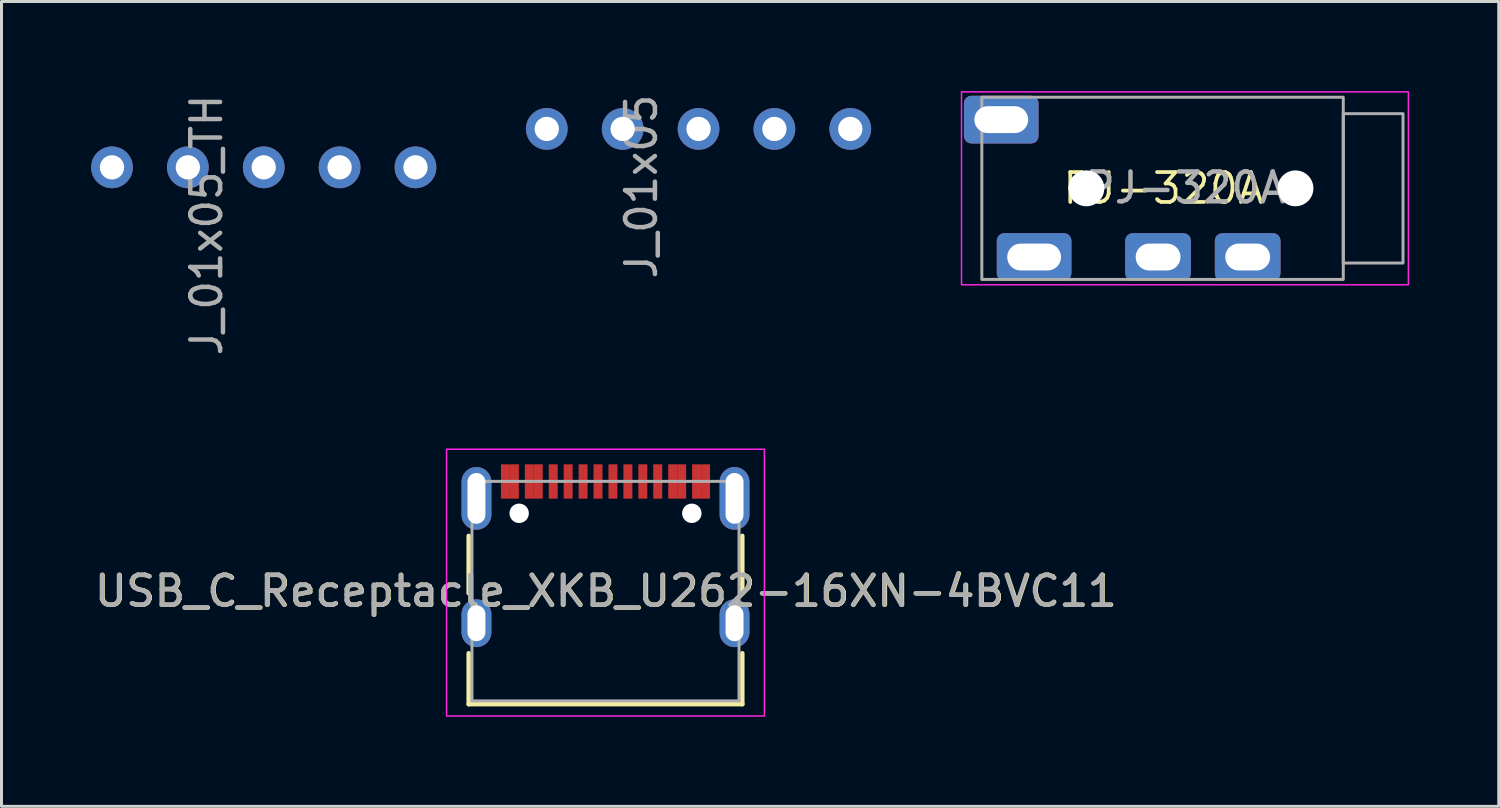
<source format=kicad_pcb>
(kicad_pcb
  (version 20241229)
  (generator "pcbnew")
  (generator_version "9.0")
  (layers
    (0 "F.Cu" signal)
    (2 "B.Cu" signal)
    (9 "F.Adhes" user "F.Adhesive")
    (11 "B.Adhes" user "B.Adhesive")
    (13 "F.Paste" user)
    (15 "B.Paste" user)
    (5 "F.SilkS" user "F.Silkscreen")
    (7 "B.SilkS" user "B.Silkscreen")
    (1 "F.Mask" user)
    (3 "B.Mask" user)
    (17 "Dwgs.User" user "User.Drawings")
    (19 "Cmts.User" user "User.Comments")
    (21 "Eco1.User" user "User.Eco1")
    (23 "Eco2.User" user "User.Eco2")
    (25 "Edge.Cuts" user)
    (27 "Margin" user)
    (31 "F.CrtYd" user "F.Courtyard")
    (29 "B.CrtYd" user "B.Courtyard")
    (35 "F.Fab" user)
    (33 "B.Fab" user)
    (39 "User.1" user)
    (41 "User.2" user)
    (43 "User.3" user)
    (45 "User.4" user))
  (footprint "PJ-320A"
    (layer "F.Cu")
    (at 35.869 3.255)
    (property "Reference" "PJ-320A" (at 0.03 0 180) (layer "F.SilkS") (effects (font (size 1 1) (thickness 0.125))))
    (attr through_hole)
    (fp_rect (start -6.73 -3.23) (end 8.23 3.23) (stroke (width 0.05) (type default)) (fill no) (layer "F.CrtYd"))
    (fp_rect (start 6.05 -3.05) (end -6.05 3.05) (stroke (width 0.1) (type solid)) (fill no) (layer "F.Fab"))
    (fp_rect (start 8.05 -2.5) (end 6.05 2.5) (stroke (width 0.1) (type solid)) (fill no) (layer "F.Fab"))
    (fp_text user "${REFERENCE}" (at 0.76 -0.02 0) (layer "F.Fab") (effects (font (size 1 1) (thickness 0.15))))
    (pad "" np_thru_hole circle (at -2.55 0 270) (size 1.2 1.2) (drill 1.2) (layers "*.Cu" "*.Mask"))
    (pad "" np_thru_hole circle (at 4.45 0 270) (size 1.2 1.2) (drill 1.2) (layers "*.Cu" "*.Mask"))
    (pad "R1" thru_hole roundrect (at -0.15 2.3 270) (size 1.6 2.2) (drill oval 0.9 1.5) (layers "*.Cu" "*.Mask") (roundrect_rratio 0.156))
    (pad "R2" thru_hole roundrect (at 2.85 2.3 270) (size 1.6 2.2) (drill oval 0.9 1.5) (layers "*.Cu" "*.Mask") (roundrect_rratio 0.156))
    (pad "S" thru_hole roundrect (at -5.4 -2.3 270) (size 1.6 2.5) (drill oval 0.9 1.8) (layers "*.Cu" "*.Mask") (roundrect_rratio 0.156))
    (pad "T" thru_hole roundrect (at -4.3 2.3 270) (size 1.6 2.5) (drill oval 0.9 1.8) (layers "*.Cu" "*.Mask") (roundrect_rratio 0.156)))
  (footprint "J_01x05"
    (layer "F.Cu")
    (at 20.335 1.266)
    (property "Reference" "J_01x05" (at -1.915 1.93 90) (layer "F.Fab") (effects (font (size 1 1) (thickness 0.15))))
    (attr through_hole)
    (pad "1" thru_hole circle (at -5.08 0) (size 1.397 1.397) (drill 0.813) (layers "*.Cu" "*.Mask"))
    (pad "2" thru_hole circle (at -2.54 0) (size 1.397 1.397) (drill 0.813) (layers "*.Cu" "*.Mask"))
    (pad "3" thru_hole circle (at 0 0) (size 1.397 1.397) (drill 0.813) (layers "*.Cu" "*.Mask"))
    (pad "4" thru_hole circle (at 2.54 0) (size 1.397 1.397) (drill 0.813) (layers "*.Cu" "*.Mask"))
    (pad "5" thru_hole circle (at 5.08 0) (size 1.397 1.397) (drill 0.813) (layers "*.Cu" "*.Mask")))
  (footprint "USB_C_Receptacle_XKB_U262-16XN-4BVC11"
    (layer "F.Cu")
    (at 17.22 16.739)
    (property "Reference" "USB_C_Receptacle_XKB_U262-16XN-4BVC11" (at 0.02 0 0) (layer "F.SilkS") (effects (font (size 1 1) (thickness 0.15))))
    (attr smd)
    (fp_line (start -4.58 -1.85) (end -4.58 0.07) (stroke (width 0.15) (type solid)) (layer "F.SilkS"))
    (fp_line (start -4.58 3.785) (end -4.58 2.08) (stroke (width 0.15) (type solid)) (layer "F.SilkS"))
    (fp_line (start 4.58 0.07) (end 4.58 -1.85) (stroke (width 0.15) (type solid)) (layer "F.SilkS"))
    (fp_line (start 4.58 2.08) (end 4.58 3.785) (stroke (width 0.15) (type solid)) (layer "F.SilkS"))
    (fp_line (start 4.58 3.785) (end -4.58 3.785) (stroke (width 0.15) (type solid)) (layer "F.SilkS"))
    (fp_rect (start -5.32 -4.75) (end 5.32 4.18) (stroke (width 0.05) (type solid)) (fill no) (layer "F.CrtYd"))
    (fp_line (start -4.47 -3.675) (end -4.47 3.675) (stroke (width 0.1) (type solid)) (layer "F.Fab"))
    (fp_line (start -4.47 -3.675) (end 4.47 -3.675) (stroke (width 0.1) (type solid)) (layer "F.Fab"))
    (fp_line (start -4.47 3.675) (end 4.47 3.675) (stroke (width 0.1) (type solid)) (layer "F.Fab"))
    (fp_line (start 4.47 3.675) (end 4.47 -3.675) (stroke (width 0.1) (type solid)) (layer "F.Fab"))
    (fp_text user "${REFERENCE}" (at 0 0 0) (layer "F.Fab") (effects (font (size 1 1) (thickness 0.15))))
    (pad "" np_thru_hole circle (at -2.89 -2.605) (size 0.65 0.65) (drill 0.65) (layers "*.Cu" "*.Mask"))
    (pad "" np_thru_hole circle (at 2.89 -2.605) (size 0.65 0.65) (drill 0.65) (layers "*.Cu" "*.Mask"))
    (pad "A1" smd rect (at -3.35 -3.67) (size 0.3 1.15) (layers "F.Cu" "F.Mask" "F.Paste"))
    (pad "A4" smd rect (at -2.55 -3.67) (size 0.3 1.15) (layers "F.Cu" "F.Mask" "F.Paste"))
    (pad "A5" smd rect (at -1.25 -3.67) (size 0.3 1.15) (layers "F.Cu" "F.Mask" "F.Paste"))
    (pad "A6" smd rect (at -0.25 -3.67) (size 0.3 1.15) (layers "F.Cu" "F.Mask" "F.Paste"))
    (pad "A7" smd rect (at 0.25 -3.67) (size 0.3 1.15) (layers "F.Cu" "F.Mask" "F.Paste"))
    (pad "A8" smd rect (at 1.25 -3.67) (size 0.3 1.15) (layers "F.Cu" "F.Mask" "F.Paste"))
    (pad "A9" smd rect (at 2.55 -3.67) (size 0.3 1.15) (layers "F.Cu" "F.Mask" "F.Paste"))
    (pad "A12" smd rect (at 3.35 -3.67) (size 0.3 1.15) (layers "F.Cu" "F.Mask" "F.Paste"))
    (pad "B1" smd rect (at 3.05 -3.67) (size 0.3 1.15) (layers "F.Cu" "F.Mask" "F.Paste"))
    (pad "B4" smd rect (at 2.25 -3.67) (size 0.3 1.15) (layers "F.Cu" "F.Mask" "F.Paste"))
    (pad "B5" smd rect (at 1.75 -3.67) (size 0.3 1.15) (layers "F.Cu" "F.Mask" "F.Paste"))
    (pad "B6" smd rect (at 0.75 -3.67) (size 0.3 1.15) (layers "F.Cu" "F.Mask" "F.Paste"))
    (pad "B7" smd rect (at -0.75 -3.67) (size 0.3 1.15) (layers "F.Cu" "F.Mask" "F.Paste"))
    (pad "B8" smd rect (at -1.75 -3.67) (size 0.3 1.15) (layers "F.Cu" "F.Mask" "F.Paste"))
    (pad "B9" smd rect (at -2.25 -3.67) (size 0.3 1.15) (layers "F.Cu" "F.Mask" "F.Paste"))
    (pad "B12" smd rect (at -3.05 -3.67) (size 0.3 1.15) (layers "F.Cu" "F.Mask" "F.Paste"))
    (pad "S1" thru_hole oval (at -4.32 -3.105) (size 1 2.1) (drill oval 0.6 1.7) (property pad_prop_heatsink) (layers "*.Cu" "*.Mask"))
    (pad "S1" thru_hole oval (at -4.32 1.075) (size 1 1.6) (drill oval 0.6 1.2) (property pad_prop_heatsink) (layers "*.Cu" "*.Mask"))
    (pad "S1" thru_hole oval (at 4.32 -3.105) (size 1 2.1) (drill oval 0.6 1.7) (property pad_prop_heatsink) (layers "*.Cu" "*.Mask"))
    (pad "S1" thru_hole oval (at 4.32 1.075) (size 1 1.6) (drill oval 0.6 1.2) (property pad_prop_heatsink) (layers "*.Cu" "*.Mask")))
  (footprint "J_01x05_TH"
    (layer "F.Cu")
    (at 5.779 2.552)
    (property "Reference" "J_01x05_TH" (at -1.915 1.93 90) (layer "F.Fab") (effects (font (size 1 1) (thickness 0.15))))
    (attr through_hole)
    (pad "1" thru_hole circle (at -5.08 0) (size 1.397 1.397) (drill 0.813) (layers "*.Cu" "*.Mask"))
    (pad "2" thru_hole circle (at -2.54 0) (size 1.397 1.397) (drill 0.813) (layers "*.Cu" "*.Mask"))
    (pad "3" thru_hole circle (at 0 0) (size 1.397 1.397) (drill 0.813) (layers "*.Cu" "*.Mask"))
    (pad "4" thru_hole circle (at 2.54 0) (size 1.397 1.397) (drill 0.813) (layers "*.Cu" "*.Mask"))
    (pad "5" thru_hole circle (at 5.08 0) (size 1.397 1.397) (drill 0.813) (layers "*.Cu" "*.Mask")))
  (gr_rect
    (start -3 -3)
    (end 47.124 23.944)
    (stroke (width 0.1) (type default))
    (fill no)
    (layer "Edge.Cuts")))
</source>
